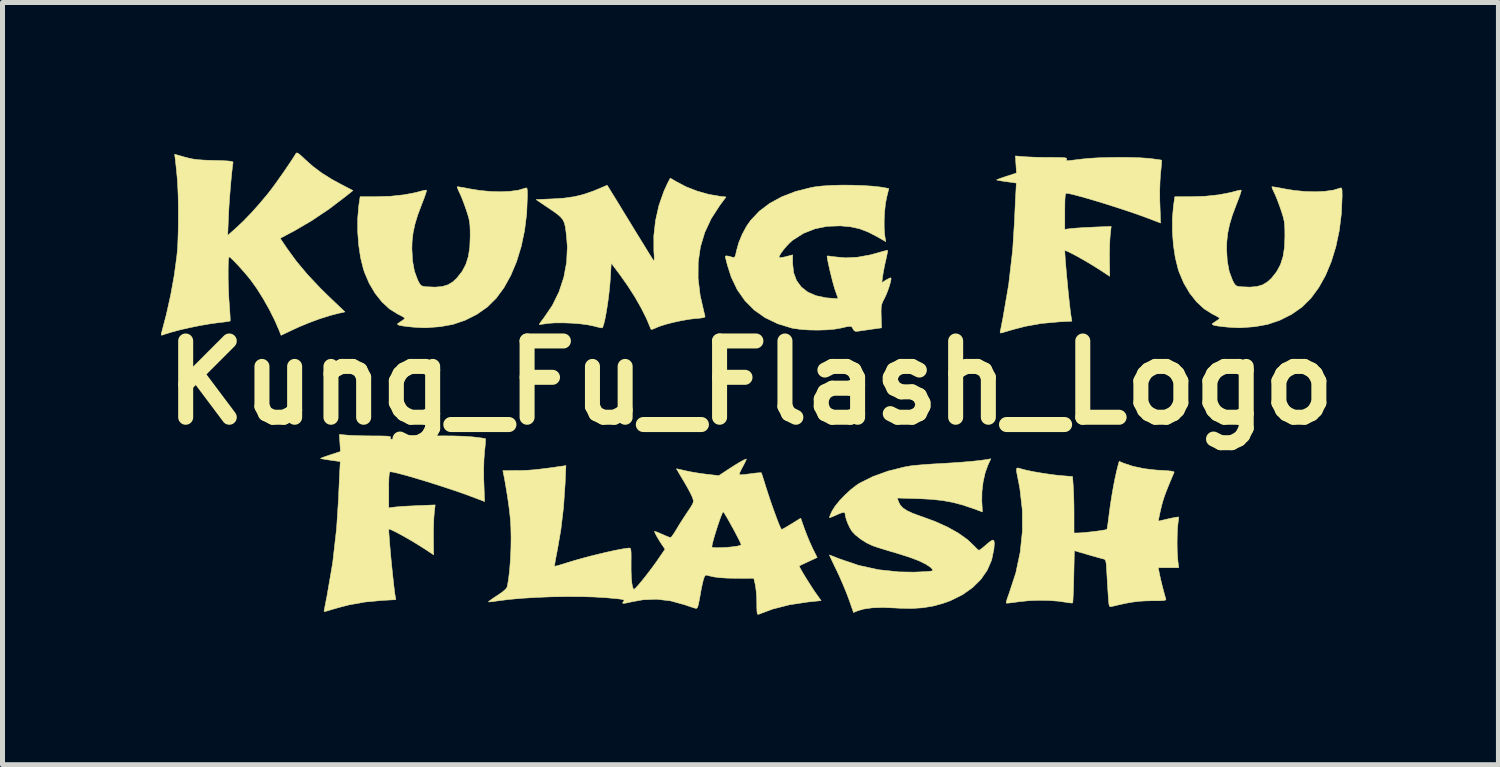
<source format=kicad_pcb>
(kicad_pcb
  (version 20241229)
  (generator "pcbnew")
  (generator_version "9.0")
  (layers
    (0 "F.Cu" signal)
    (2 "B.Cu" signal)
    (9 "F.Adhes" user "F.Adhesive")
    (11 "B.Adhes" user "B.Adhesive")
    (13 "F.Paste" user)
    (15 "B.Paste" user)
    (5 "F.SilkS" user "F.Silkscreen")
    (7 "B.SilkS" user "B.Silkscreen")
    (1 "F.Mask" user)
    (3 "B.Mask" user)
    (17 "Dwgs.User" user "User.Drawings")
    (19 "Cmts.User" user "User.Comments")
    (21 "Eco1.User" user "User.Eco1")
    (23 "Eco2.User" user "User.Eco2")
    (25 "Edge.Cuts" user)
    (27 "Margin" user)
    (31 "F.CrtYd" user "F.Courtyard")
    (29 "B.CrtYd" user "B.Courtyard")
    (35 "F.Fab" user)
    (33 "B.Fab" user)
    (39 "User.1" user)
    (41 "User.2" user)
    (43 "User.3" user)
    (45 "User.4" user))
  (footprint "Kung_Fu_Flash_Logo"
    (layer "F.Cu")
    (at 11.945 4.598)
    (property "Reference" "Kung_Fu_Flash_Logo" (at 0 0 0) (layer "F.SilkS") (effects (font (size 1.524 1.524) (thickness 0.3))))
    (attr through_hole)
    (fp_poly (pts (xy -5.835 -3.915) (xy -5.775 -3.906) (xy -5.69 -3.891) (xy -5.621 -3.877) (xy -5.408 -3.842) (xy -5.193 -3.822) (xy -4.986 -3.816) (xy -4.796 -3.826) (xy -4.632 -3.849) (xy -4.502 -3.888) (xy -4.497 -3.89) (xy -4.476 -3.894) (xy -4.464 -3.88) (xy -4.458 -3.839) (xy -4.457 -3.763) (xy -4.457 -3.734) (xy -4.471 -3.383) (xy -4.513 -3.044) (xy -4.581 -2.722) (xy -4.673 -2.421) (xy -4.789 -2.145) (xy -4.925 -1.9) (xy -5.081 -1.688) (xy -5.256 -1.515) (xy -5.261 -1.511) (xy -5.469 -1.366) (xy -5.701 -1.249) (xy -5.946 -1.166) (xy -6.191 -1.122) (xy -6.232 -1.118) (xy -6.325 -1.111) (xy -6.408 -1.105) (xy -6.462 -1.1) (xy -6.465 -1.1) (xy -6.513 -1.099) (xy -6.594 -1.102) (xy -6.692 -1.108) (xy -6.746 -1.112) (xy -6.848 -1.122) (xy -6.938 -1.134) (xy -7.002 -1.145) (xy -7.02 -1.15) (xy -7.05 -1.164) (xy -7.051 -1.178) (xy -7.018 -1.203) (xy -6.988 -1.222) (xy -6.937 -1.257) (xy -6.907 -1.283) (xy -6.904 -1.289) (xy -6.924 -1.306) (xy -6.975 -1.336) (xy -7.046 -1.372) (xy -7.049 -1.373) (xy -7.212 -1.475) (xy -7.364 -1.616) (xy -7.502 -1.79) (xy -7.62 -1.991) (xy -7.714 -2.212) (xy -7.734 -2.274) (xy -7.79 -2.5) (xy -7.828 -2.753) (xy -7.848 -3.018) (xy -7.848 -3.279) (xy -7.828 -3.52) (xy -7.825 -3.544) (xy -7.799 -3.718) (xy -7.473 -3.718) (xy -7.19 -3.727) (xy -6.928 -3.755) (xy -6.695 -3.799) (xy -6.607 -3.822) (xy -6.538 -3.841) (xy -6.488 -3.849) (xy -6.472 -3.848) (xy -6.476 -3.823) (xy -6.494 -3.764) (xy -6.524 -3.68) (xy -6.563 -3.579) (xy -6.567 -3.569) (xy -6.648 -3.354) (xy -6.705 -3.165) (xy -6.742 -2.991) (xy -6.761 -2.819) (xy -6.765 -2.679) (xy -6.752 -2.437) (xy -6.714 -2.229) (xy -6.649 -2.053) (xy -6.641 -2.037) (xy -6.606 -1.972) (xy -6.574 -1.939) (xy -6.529 -1.924) (xy -6.473 -1.918) (xy -6.299 -1.911) (xy -6.158 -1.923) (xy -6.043 -1.958) (xy -5.946 -2.017) (xy -5.869 -2.089) (xy -5.764 -2.22) (xy -5.688 -2.362) (xy -5.637 -2.522) (xy -5.608 -2.708) (xy -5.6 -2.921) (xy -5.601 -3.05) (xy -5.605 -3.146) (xy -5.614 -3.226) (xy -5.631 -3.302) (xy -5.657 -3.388) (xy -5.678 -3.452) (xy -5.717 -3.563) (xy -5.758 -3.671) (xy -5.795 -3.76) (xy -5.812 -3.795) (xy -5.841 -3.858) (xy -5.858 -3.903) (xy -5.86 -3.916) (xy -5.835 -3.915)) (stroke (width 0.01) (type solid)) (fill yes) (layer "F.SilkS"))
    (fp_poly (pts (xy 10.444 -3.915) (xy 10.504 -3.906) (xy 10.589 -3.891) (xy 10.658 -3.877) (xy 10.871 -3.842) (xy 11.086 -3.822) (xy 11.293 -3.816) (xy 11.483 -3.826) (xy 11.647 -3.849) (xy 11.777 -3.888) (xy 11.782 -3.89) (xy 11.803 -3.894) (xy 11.815 -3.88) (xy 11.821 -3.839) (xy 11.822 -3.763) (xy 11.823 -3.734) (xy 11.808 -3.383) (xy 11.766 -3.044) (xy 11.698 -2.722) (xy 11.606 -2.421) (xy 11.491 -2.145) (xy 11.354 -1.9) (xy 11.198 -1.688) (xy 11.023 -1.515) (xy 11.019 -1.511) (xy 10.81 -1.366) (xy 10.578 -1.249) (xy 10.333 -1.166) (xy 10.088 -1.122) (xy 10.047 -1.118) (xy 9.954 -1.111) (xy 9.871 -1.105) (xy 9.817 -1.1) (xy 9.814 -1.1) (xy 9.766 -1.099) (xy 9.686 -1.102) (xy 9.587 -1.108) (xy 9.533 -1.112) (xy 9.431 -1.122) (xy 9.341 -1.134) (xy 9.277 -1.145) (xy 9.259 -1.15) (xy 9.229 -1.164) (xy 9.228 -1.178) (xy 9.261 -1.203) (xy 9.291 -1.222) (xy 9.342 -1.257) (xy 9.372 -1.283) (xy 9.375 -1.289) (xy 9.355 -1.306) (xy 9.305 -1.336) (xy 9.233 -1.372) (xy 9.23 -1.373) (xy 9.068 -1.475) (xy 8.915 -1.616) (xy 8.777 -1.79) (xy 8.659 -1.991) (xy 8.565 -2.212) (xy 8.545 -2.274) (xy 8.489 -2.5) (xy 8.451 -2.753) (xy 8.431 -3.018) (xy 8.431 -3.279) (xy 8.451 -3.52) (xy 8.454 -3.544) (xy 8.48 -3.718) (xy 8.806 -3.718) (xy 9.089 -3.727) (xy 9.352 -3.755) (xy 9.584 -3.799) (xy 9.672 -3.822) (xy 9.741 -3.841) (xy 9.791 -3.849) (xy 9.807 -3.848) (xy 9.803 -3.823) (xy 9.785 -3.764) (xy 9.755 -3.68) (xy 9.716 -3.579) (xy 9.712 -3.569) (xy 9.631 -3.354) (xy 9.574 -3.165) (xy 9.537 -2.991) (xy 9.518 -2.819) (xy 9.514 -2.679) (xy 9.527 -2.437) (xy 9.565 -2.229) (xy 9.63 -2.053) (xy 9.638 -2.037) (xy 9.673 -1.972) (xy 9.705 -1.939) (xy 9.75 -1.924) (xy 9.806 -1.918) (xy 9.98 -1.911) (xy 10.121 -1.923) (xy 10.236 -1.958) (xy 10.333 -2.017) (xy 10.411 -2.089) (xy 10.515 -2.22) (xy 10.591 -2.362) (xy 10.642 -2.522) (xy 10.671 -2.708) (xy 10.679 -2.921) (xy 10.678 -3.05) (xy 10.674 -3.146) (xy 10.665 -3.226) (xy 10.648 -3.302) (xy 10.622 -3.388) (xy 10.601 -3.452) (xy 10.562 -3.563) (xy 10.521 -3.671) (xy 10.484 -3.76) (xy 10.467 -3.795) (xy 10.438 -3.858) (xy 10.421 -3.903) (xy 10.419 -3.916) (xy 10.444 -3.915)) (stroke (width 0.01) (type solid)) (fill yes) (layer "F.SilkS"))
    (fp_poly (pts (xy -1.58 -4.076) (xy -1.53 -4.047) (xy -1.481 -4.018) (xy -1.289 -3.917) (xy -1.069 -3.831) (xy -0.837 -3.765) (xy -0.619 -3.727) (xy -0.488 -3.712) (xy -0.611 -3.547) (xy -0.783 -3.282) (xy -0.913 -3.004) (xy -1 -2.713) (xy -1.044 -2.407) (xy -1.046 -2.085) (xy -1.005 -1.746) (xy -0.923 -1.389) (xy -0.911 -1.348) (xy -0.907 -1.325) (xy -0.918 -1.309) (xy -0.951 -1.299) (xy -1.016 -1.29) (xy -1.093 -1.284) (xy -1.227 -1.268) (xy -1.379 -1.241) (xy -1.535 -1.208) (xy -1.683 -1.17) (xy -1.807 -1.131) (xy -1.865 -1.108) (xy -1.933 -1.078) (xy -1.97 -1.066) (xy -1.988 -1.071) (xy -1.998 -1.093) (xy -2.002 -1.103) (xy -2.079 -1.287) (xy -2.183 -1.494) (xy -2.308 -1.713) (xy -2.449 -1.933) (xy -2.598 -2.145) (xy -2.608 -2.159) (xy -2.782 -2.39) (xy -2.798 -2.104) (xy -2.809 -1.963) (xy -2.824 -1.811) (xy -2.843 -1.657) (xy -2.865 -1.507) (xy -2.888 -1.369) (xy -2.911 -1.251) (xy -2.934 -1.161) (xy -2.954 -1.106) (xy -2.961 -1.096) (xy -2.985 -1.098) (xy -3.042 -1.11) (xy -3.121 -1.13) (xy -3.141 -1.135) (xy -3.257 -1.159) (xy -3.406 -1.178) (xy -3.571 -1.191) (xy -3.741 -1.197) (xy -3.899 -1.197) (xy -4.033 -1.188) (xy -4.076 -1.182) (xy -4.149 -1.171) (xy -4.202 -1.165) (xy -4.22 -1.165) (xy -4.21 -1.184) (xy -4.178 -1.23) (xy -4.131 -1.291) (xy -3.96 -1.542) (xy -3.825 -1.817) (xy -3.729 -2.108) (xy -3.673 -2.41) (xy -3.659 -2.715) (xy -3.671 -2.881) (xy -3.685 -3.014) (xy -3.699 -3.115) (xy -3.718 -3.193) (xy -3.747 -3.256) (xy -3.792 -3.311) (xy -3.857 -3.368) (xy -3.948 -3.433) (xy -4.07 -3.516) (xy -4.099 -3.535) (xy -4.283 -3.66) (xy -3.937 -3.675) (xy -3.716 -3.69) (xy -3.523 -3.718) (xy -3.34 -3.762) (xy -3.151 -3.826) (xy -3.022 -3.879) (xy -2.863 -3.947) (xy -2.831 -3.896) (xy -2.811 -3.864) (xy -2.771 -3.798) (xy -2.712 -3.703) (xy -2.639 -3.584) (xy -2.554 -3.444) (xy -2.46 -3.291) (xy -2.389 -3.175) (xy -2.291 -3.014) (xy -2.199 -2.865) (xy -2.117 -2.732) (xy -2.048 -2.619) (xy -1.994 -2.533) (xy -1.959 -2.477) (xy -1.947 -2.459) (xy -1.933 -2.443) (xy -1.925 -2.45) (xy -1.922 -2.486) (xy -1.925 -2.557) (xy -1.93 -2.632) (xy -1.931 -2.932) (xy -1.897 -3.239) (xy -1.83 -3.538) (xy -1.733 -3.817) (xy -1.703 -3.885) (xy -1.663 -3.971) (xy -1.629 -4.039) (xy -1.607 -4.08) (xy -1.602 -4.087) (xy -1.58 -4.076)) (stroke (width 0.01) (type solid)) (fill yes) (layer "F.SilkS"))
    (fp_poly (pts (xy -9.045 -4.588) (xy -9.005 -4.559) (xy -8.943 -4.504) (xy -8.907 -4.469) (xy -8.739 -4.32) (xy -8.562 -4.188) (xy -8.362 -4.063) (xy -8.196 -3.973) (xy -7.943 -3.841) (xy -8.087 -3.725) (xy -8.427 -3.467) (xy -8.78 -3.231) (xy -9.132 -3.026) (xy -9.176 -3.003) (xy -9.397 -2.887) (xy -9.261 -2.685) (xy -9.073 -2.427) (xy -8.852 -2.163) (xy -8.595 -1.89) (xy -8.428 -1.726) (xy -8.103 -1.416) (xy -8.237 -1.386) (xy -8.409 -1.341) (xy -8.607 -1.278) (xy -8.813 -1.202) (xy -9.012 -1.12) (xy -9.117 -1.072) (xy -9.379 -0.948) (xy -9.417 -1.045) (xy -9.503 -1.243) (xy -9.611 -1.459) (xy -9.734 -1.677) (xy -9.862 -1.881) (xy -9.984 -2.051) (xy -10.047 -2.129) (xy -10.121 -2.216) (xy -10.198 -2.303) (xy -10.273 -2.384) (xy -10.339 -2.451) (xy -10.388 -2.498) (xy -10.415 -2.517) (xy -10.416 -2.517) (xy -10.425 -2.495) (xy -10.431 -2.434) (xy -10.435 -2.342) (xy -10.436 -2.225) (xy -10.436 -2.09) (xy -10.433 -1.945) (xy -10.427 -1.797) (xy -10.42 -1.654) (xy -10.412 -1.549) (xy -10.404 -1.436) (xy -10.398 -1.34) (xy -10.395 -1.27) (xy -10.396 -1.236) (xy -10.396 -1.234) (xy -10.422 -1.228) (xy -10.483 -1.218) (xy -10.569 -1.207) (xy -10.635 -1.2) (xy -10.808 -1.176) (xy -10.999 -1.143) (xy -11.196 -1.103) (xy -11.386 -1.06) (xy -11.559 -1.014) (xy -11.702 -0.97) (xy -11.742 -0.955) (xy -11.771 -0.95) (xy -11.773 -0.974) (xy -11.768 -0.995) (xy -11.67 -1.368) (xy -11.584 -1.756) (xy -11.514 -2.143) (xy -11.464 -2.511) (xy -11.454 -2.606) (xy -11.446 -2.703) (xy -11.44 -2.836) (xy -11.435 -2.991) (xy -11.432 -3.159) (xy -11.431 -3.328) (xy -11.431 -3.356) (xy -11.432 -3.572) (xy -11.436 -3.756) (xy -11.443 -3.92) (xy -11.453 -4.08) (xy -11.469 -4.249) (xy -11.488 -4.425) (xy -11.505 -4.566) (xy -11.3 -4.508) (xy -11.211 -4.485) (xy -11.126 -4.468) (xy -11.034 -4.457) (xy -10.923 -4.449) (xy -10.782 -4.444) (xy -10.714 -4.442) (xy -10.566 -4.438) (xy -10.459 -4.433) (xy -10.388 -4.426) (xy -10.35 -4.417) (xy -10.338 -4.406) (xy -10.338 -4.405) (xy -10.351 -4.313) (xy -10.365 -4.186) (xy -10.38 -4.033) (xy -10.394 -3.866) (xy -10.408 -3.695) (xy -10.419 -3.53) (xy -10.427 -3.382) (xy -10.43 -3.33) (xy -10.445 -2.944) (xy -10.276 -3.094) (xy -10.135 -3.227) (xy -9.978 -3.389) (xy -9.815 -3.571) (xy -9.654 -3.763) (xy -9.611 -3.817) (xy -9.554 -3.892) (xy -9.482 -3.99) (xy -9.401 -4.105) (xy -9.316 -4.225) (xy -9.236 -4.343) (xy -9.165 -4.449) (xy -9.11 -4.534) (xy -9.083 -4.579) (xy -9.069 -4.593) (xy -9.045 -4.588)) (stroke (width 0.01) (type solid)) (fill yes) (layer "F.SilkS"))
    (fp_poly (pts (xy -8.04 1.048) (xy -7.952 1.053) (xy -7.832 1.057) (xy -7.694 1.061) (xy -7.554 1.062) (xy -7.522 1.062) (xy -7.388 1.063) (xy -7.293 1.065) (xy -7.233 1.069) (xy -7.2 1.076) (xy -7.188 1.087) (xy -7.19 1.097) (xy -7.196 1.112) (xy -7.197 1.123) (xy -7.185 1.128) (xy -7.153 1.127) (xy -7.095 1.121) (xy -7.005 1.11) (xy -6.893 1.096) (xy -6.74 1.081) (xy -6.554 1.07) (xy -6.348 1.064) (xy -6.135 1.061) (xy -5.926 1.063) (xy -5.733 1.069) (xy -5.57 1.08) (xy -5.52 1.085) (xy -5.425 1.096) (xy -5.349 1.107) (xy -5.303 1.115) (xy -5.294 1.118) (xy -5.293 1.143) (xy -5.296 1.204) (xy -5.304 1.291) (xy -5.313 1.377) (xy -5.325 1.534) (xy -5.33 1.721) (xy -5.329 1.923) (xy -5.326 2) (xy -5.313 2.373) (xy -5.572 2.275) (xy -5.718 2.221) (xy -5.884 2.163) (xy -6.062 2.104) (xy -6.246 2.044) (xy -6.431 1.985) (xy -6.61 1.931) (xy -6.777 1.881) (xy -6.925 1.84) (xy -7.049 1.807) (xy -7.141 1.786) (xy -7.197 1.778) (xy -7.199 1.778) (xy -7.21 1.79) (xy -7.218 1.828) (xy -7.224 1.898) (xy -7.227 2.005) (xy -7.227 2.139) (xy -7.227 2.5) (xy -7.118 2.485) (xy -7.055 2.479) (xy -6.958 2.471) (xy -6.838 2.464) (xy -6.706 2.458) (xy -6.654 2.455) (xy -6.3 2.441) (xy -6.319 2.612) (xy -6.326 2.701) (xy -6.331 2.821) (xy -6.334 2.957) (xy -6.334 3.095) (xy -6.334 3.11) (xy -6.33 3.438) (xy -6.553 3.292) (xy -6.659 3.226) (xy -6.771 3.158) (xy -6.885 3.092) (xy -6.993 3.032) (xy -7.087 2.982) (xy -7.163 2.945) (xy -7.212 2.925) (xy -7.227 2.925) (xy -7.225 2.995) (xy -7.217 3.102) (xy -7.207 3.238) (xy -7.193 3.393) (xy -7.178 3.559) (xy -7.161 3.727) (xy -7.144 3.887) (xy -7.128 4.033) (xy -7.114 4.153) (xy -7.102 4.241) (xy -7.098 4.262) (xy -7.085 4.334) (xy -7.358 4.349) (xy -7.702 4.381) (xy -8.019 4.438) (xy -8.237 4.494) (xy -8.332 4.522) (xy -8.413 4.546) (xy -8.468 4.562) (xy -8.48 4.566) (xy -8.514 4.57) (xy -8.521 4.566) (xy -8.516 4.541) (xy -8.504 4.479) (xy -8.487 4.39) (xy -8.466 4.284) (xy -8.465 4.281) (xy -8.348 3.602) (xy -8.269 2.908) (xy -8.232 2.332) (xy -8.226 2.19) (xy -8.219 2.04) (xy -8.213 1.901) (xy -8.208 1.798) (xy -8.196 1.575) (xy -8.393 1.547) (xy -8.481 1.534) (xy -8.549 1.522) (xy -8.586 1.514) (xy -8.59 1.512) (xy -8.569 1.501) (xy -8.515 1.481) (xy -8.436 1.454) (xy -8.391 1.439) (xy -8.192 1.374) (xy -8.203 1.204) (xy -8.214 1.033) (xy -8.04 1.048)) (stroke (width 0.01) (type solid)) (fill yes) (layer "F.SilkS"))
    (fp_poly (pts (xy 5.468 -4.517) (xy 5.556 -4.512) (xy 5.676 -4.507) (xy 5.814 -4.504) (xy 5.954 -4.503) (xy 5.987 -4.503) (xy 6.121 -4.502) (xy 6.215 -4.5) (xy 6.275 -4.496) (xy 6.308 -4.489) (xy 6.32 -4.478) (xy 6.319 -4.468) (xy 6.312 -4.452) (xy 6.312 -4.442) (xy 6.324 -4.437) (xy 6.355 -4.438) (xy 6.413 -4.444) (xy 6.503 -4.455) (xy 6.616 -4.469) (xy 6.769 -4.484) (xy 6.954 -4.495) (xy 7.16 -4.501) (xy 7.373 -4.504) (xy 7.582 -4.502) (xy 7.775 -4.496) (xy 7.938 -4.485) (xy 7.988 -4.48) (xy 8.083 -4.468) (xy 8.159 -4.458) (xy 8.205 -4.45) (xy 8.215 -4.447) (xy 8.216 -4.422) (xy 8.212 -4.361) (xy 8.204 -4.273) (xy 8.195 -4.188) (xy 8.184 -4.031) (xy 8.178 -3.844) (xy 8.179 -3.642) (xy 8.182 -3.564) (xy 8.195 -3.192) (xy 7.937 -3.29) (xy 7.79 -3.344) (xy 7.625 -3.402) (xy 7.447 -3.461) (xy 7.262 -3.521) (xy 7.077 -3.58) (xy 6.898 -3.634) (xy 6.732 -3.684) (xy 6.583 -3.725) (xy 6.46 -3.758) (xy 6.367 -3.779) (xy 6.311 -3.787) (xy 6.31 -3.787) (xy 6.298 -3.775) (xy 6.29 -3.737) (xy 6.284 -3.667) (xy 6.282 -3.56) (xy 6.281 -3.426) (xy 6.281 -3.065) (xy 6.39 -3.08) (xy 6.453 -3.086) (xy 6.55 -3.093) (xy 6.67 -3.101) (xy 6.802 -3.107) (xy 6.854 -3.11) (xy 7.208 -3.124) (xy 7.189 -2.953) (xy 7.182 -2.864) (xy 7.177 -2.744) (xy 7.174 -2.608) (xy 7.174 -2.47) (xy 7.174 -2.455) (xy 7.179 -2.127) (xy 6.955 -2.273) (xy 6.85 -2.339) (xy 6.737 -2.407) (xy 6.623 -2.473) (xy 6.516 -2.533) (xy 6.421 -2.583) (xy 6.346 -2.62) (xy 6.297 -2.64) (xy 6.281 -2.64) (xy 6.284 -2.57) (xy 6.291 -2.463) (xy 6.302 -2.327) (xy 6.315 -2.172) (xy 6.331 -2.006) (xy 6.347 -1.838) (xy 6.364 -1.677) (xy 6.38 -1.532) (xy 6.394 -1.411) (xy 6.407 -1.324) (xy 6.41 -1.302) (xy 6.423 -1.231) (xy 6.15 -1.216) (xy 5.806 -1.184) (xy 5.489 -1.127) (xy 5.271 -1.07) (xy 5.176 -1.043) (xy 5.095 -1.019) (xy 5.04 -1.003) (xy 5.028 -0.999) (xy 4.994 -0.994) (xy 4.988 -0.999) (xy 4.992 -1.024) (xy 5.004 -1.086) (xy 5.021 -1.175) (xy 5.043 -1.281) (xy 5.043 -1.284) (xy 5.16 -1.963) (xy 5.24 -2.657) (xy 5.276 -3.233) (xy 5.282 -3.374) (xy 5.289 -3.524) (xy 5.295 -3.664) (xy 5.301 -3.767) (xy 5.313 -3.99) (xy 5.116 -4.018) (xy 5.027 -4.031) (xy 4.959 -4.043) (xy 4.922 -4.051) (xy 4.918 -4.053) (xy 4.939 -4.063) (xy 4.993 -4.084) (xy 5.072 -4.111) (xy 5.117 -4.126) (xy 5.316 -4.191) (xy 5.305 -4.361) (xy 5.294 -4.532) (xy 5.468 -4.517)) (stroke (width 0.01) (type solid)) (fill yes) (layer "F.SilkS"))
    (fp_poly (pts (xy 4.743 1.65) (xy 4.689 1.801) (xy 4.649 1.981) (xy 4.626 2.173) (xy 4.623 2.362) (xy 4.624 2.381) (xy 4.635 2.581) (xy 4.448 2.512) (xy 4.239 2.442) (xy 4.041 2.39) (xy 3.839 2.353) (xy 3.619 2.329) (xy 3.369 2.316) (xy 3.354 2.316) (xy 2.933 2.303) (xy 2.958 2.375) (xy 2.992 2.442) (xy 3.046 2.501) (xy 3.127 2.555) (xy 3.241 2.608) (xy 3.393 2.664) (xy 3.426 2.675) (xy 3.698 2.775) (xy 3.944 2.887) (xy 4.159 3.008) (xy 4.338 3.136) (xy 4.476 3.267) (xy 4.477 3.268) (xy 4.523 3.316) (xy 4.558 3.344) (xy 4.567 3.348) (xy 4.592 3.334) (xy 4.641 3.296) (xy 4.705 3.242) (xy 4.717 3.231) (xy 4.791 3.17) (xy 4.838 3.143) (xy 4.864 3.153) (xy 4.873 3.203) (xy 4.867 3.295) (xy 4.864 3.326) (xy 4.819 3.543) (xy 4.732 3.744) (xy 4.605 3.928) (xy 4.44 4.091) (xy 4.24 4.233) (xy 4.006 4.35) (xy 3.845 4.409) (xy 3.645 4.463) (xy 3.442 4.496) (xy 3.223 4.51) (xy 2.977 4.505) (xy 2.891 4.5) (xy 2.643 4.49) (xy 2.432 4.497) (xy 2.259 4.522) (xy 2.138 4.558) (xy 2.06 4.591) (xy 1.965 4.321) (xy 1.916 4.192) (xy 1.854 4.042) (xy 1.787 3.887) (xy 1.722 3.748) (xy 1.721 3.746) (xy 1.669 3.638) (xy 1.626 3.548) (xy 1.595 3.481) (xy 1.579 3.445) (xy 1.578 3.441) (xy 1.601 3.449) (xy 1.656 3.47) (xy 1.735 3.502) (xy 1.785 3.521) (xy 2.163 3.649) (xy 2.559 3.736) (xy 2.967 3.779) (xy 3.268 3.784) (xy 3.392 3.779) (xy 3.499 3.774) (xy 3.582 3.767) (xy 3.631 3.76) (xy 3.641 3.756) (xy 3.638 3.73) (xy 3.606 3.694) (xy 3.602 3.69) (xy 3.502 3.624) (xy 3.365 3.557) (xy 3.187 3.489) (xy 2.966 3.419) (xy 2.924 3.406) (xy 2.791 3.367) (xy 2.663 3.328) (xy 2.55 3.293) (xy 2.465 3.264) (xy 2.439 3.255) (xy 2.321 3.199) (xy 2.201 3.123) (xy 2.095 3.039) (xy 2.031 2.971) (xy 1.99 2.905) (xy 1.949 2.82) (xy 1.915 2.731) (xy 1.896 2.656) (xy 1.893 2.632) (xy 1.887 2.6) (xy 1.863 2.589) (xy 1.814 2.601) (xy 1.734 2.634) (xy 1.711 2.645) (xy 1.644 2.674) (xy 1.595 2.692) (xy 1.579 2.695) (xy 1.584 2.672) (xy 1.605 2.619) (xy 1.632 2.561) (xy 1.691 2.467) (xy 1.779 2.358) (xy 1.886 2.246) (xy 2 2.14) (xy 2.113 2.051) (xy 2.182 2.006) (xy 2.449 1.873) (xy 2.749 1.765) (xy 3.072 1.684) (xy 3.187 1.663) (xy 3.259 1.654) (xy 3.366 1.644) (xy 3.499 1.633) (xy 3.645 1.623) (xy 3.775 1.616) (xy 4.008 1.602) (xy 4.224 1.587) (xy 4.416 1.571) (xy 4.577 1.554) (xy 4.7 1.537) (xy 4.728 1.533) (xy 4.803 1.519) (xy 4.743 1.65)) (stroke (width 0.01) (type solid)) (fill yes) (layer "F.SilkS"))
    (fp_poly (pts (xy 2.024 -3.948) (xy 2.234 -3.941) (xy 2.43 -3.929) (xy 2.601 -3.91) (xy 2.716 -3.89) (xy 2.765 -3.88) (xy 2.721 -3.701) (xy 2.697 -3.574) (xy 2.681 -3.42) (xy 2.672 -3.257) (xy 2.672 -3.101) (xy 2.681 -2.967) (xy 2.686 -2.928) (xy 2.704 -2.82) (xy 2.531 -2.919) (xy 2.347 -3.014) (xy 2.177 -3.078) (xy 2.004 -3.116) (xy 1.811 -3.134) (xy 1.801 -3.135) (xy 1.533 -3.126) (xy 1.287 -3.076) (xy 1.06 -2.986) (xy 0.852 -2.854) (xy 0.833 -2.84) (xy 0.774 -2.786) (xy 0.712 -2.72) (xy 0.654 -2.65) (xy 0.607 -2.585) (xy 0.577 -2.533) (xy 0.571 -2.502) (xy 0.575 -2.498) (xy 0.608 -2.5) (xy 0.669 -2.511) (xy 0.72 -2.523) (xy 0.843 -2.556) (xy 0.843 -2.38) (xy 0.863 -2.198) (xy 0.921 -2.042) (xy 1.016 -1.913) (xy 1.146 -1.811) (xy 1.309 -1.74) (xy 1.506 -1.698) (xy 1.575 -1.692) (xy 1.753 -1.679) (xy 1.693 -1.849) (xy 1.671 -1.92) (xy 1.645 -2.013) (xy 1.618 -2.12) (xy 1.59 -2.232) (xy 1.566 -2.338) (xy 1.547 -2.429) (xy 1.535 -2.497) (xy 1.532 -2.531) (xy 1.533 -2.533) (xy 1.557 -2.533) (xy 1.613 -2.526) (xy 1.676 -2.517) (xy 1.903 -2.496) (xy 2.141 -2.509) (xy 2.396 -2.555) (xy 2.594 -2.61) (xy 2.667 -2.631) (xy 2.721 -2.644) (xy 2.741 -2.646) (xy 2.74 -2.622) (xy 2.729 -2.564) (xy 2.712 -2.482) (xy 2.703 -2.445) (xy 2.679 -2.337) (xy 2.658 -2.227) (xy 2.643 -2.137) (xy 2.641 -2.126) (xy 2.625 -2.001) (xy 2.711 -2.054) (xy 2.765 -2.084) (xy 2.801 -2.097) (xy 2.807 -2.096) (xy 2.809 -2.066) (xy 2.796 -2.005) (xy 2.773 -1.924) (xy 2.742 -1.835) (xy 2.707 -1.748) (xy 2.676 -1.684) (xy 2.643 -1.62) (xy 2.623 -1.567) (xy 2.613 -1.51) (xy 2.61 -1.437) (xy 2.612 -1.332) (xy 2.612 -1.324) (xy 2.619 -1.097) (xy 2.424 -1.07) (xy 2.323 -1.055) (xy 2.23 -1.042) (xy 2.163 -1.032) (xy 2.152 -1.03) (xy 2.096 -1.028) (xy 2.065 -1.049) (xy 2.05 -1.075) (xy 2.033 -1.107) (xy 2.012 -1.124) (xy 1.975 -1.128) (xy 1.915 -1.118) (xy 1.821 -1.096) (xy 1.808 -1.093) (xy 1.68 -1.071) (xy 1.521 -1.057) (xy 1.345 -1.052) (xy 1.166 -1.055) (xy 0.999 -1.067) (xy 0.857 -1.087) (xy 0.826 -1.093) (xy 0.545 -1.179) (xy 0.295 -1.299) (xy 0.076 -1.453) (xy -0.11 -1.64) (xy -0.264 -1.86) (xy -0.384 -2.111) (xy -0.462 -2.355) (xy -0.48 -2.428) (xy -0.496 -2.488) (xy -0.5 -2.503) (xy -0.502 -2.527) (xy -0.484 -2.536) (xy -0.439 -2.53) (xy -0.359 -2.508) (xy -0.343 -2.504) (xy -0.321 -2.506) (xy -0.303 -2.534) (xy -0.287 -2.596) (xy -0.277 -2.644) (xy -0.233 -2.801) (xy -0.163 -2.97) (xy -0.075 -3.132) (xy 0.002 -3.242) (xy 0.175 -3.426) (xy 0.385 -3.585) (xy 0.63 -3.718) (xy 0.906 -3.824) (xy 1.21 -3.9) (xy 1.278 -3.913) (xy 1.427 -3.931) (xy 1.609 -3.943) (xy 1.812 -3.949) (xy 2.024 -3.948)) (stroke (width 0.01) (type solid)) (fill yes) (layer "F.SilkS"))
    (fp_poly (pts (xy 7.452 1.606) (xy 7.642 1.669) (xy 7.863 1.716) (xy 8.103 1.744) (xy 8.193 1.749) (xy 8.325 1.757) (xy 8.413 1.766) (xy 8.458 1.777) (xy 8.466 1.787) (xy 8.396 1.953) (xy 8.342 2.085) (xy 8.301 2.189) (xy 8.27 2.273) (xy 8.247 2.344) (xy 8.228 2.409) (xy 8.222 2.431) (xy 8.199 2.527) (xy 8.178 2.617) (xy 8.165 2.681) (xy 8.15 2.765) (xy 8.348 2.719) (xy 8.438 2.7) (xy 8.508 2.687) (xy 8.548 2.681) (xy 8.554 2.682) (xy 8.555 2.707) (xy 8.549 2.764) (xy 8.542 2.817) (xy 8.532 2.92) (xy 8.527 3.053) (xy 8.525 3.201) (xy 8.527 3.35) (xy 8.534 3.483) (xy 8.541 3.562) (xy 8.558 3.695) (xy 8.149 3.695) (xy 8.165 3.781) (xy 8.178 3.845) (xy 8.198 3.935) (xy 8.223 4.037) (xy 8.249 4.139) (xy 8.273 4.229) (xy 8.292 4.295) (xy 8.3 4.319) (xy 8.301 4.334) (xy 8.285 4.345) (xy 8.246 4.351) (xy 8.177 4.355) (xy 8.072 4.356) (xy 8.019 4.356) (xy 7.889 4.359) (xy 7.771 4.366) (xy 7.653 4.38) (xy 7.525 4.402) (xy 7.374 4.434) (xy 7.213 4.472) (xy 7.19 4.475) (xy 7.174 4.464) (xy 7.164 4.43) (xy 7.157 4.367) (xy 7.15 4.28) (xy 7.143 4.168) (xy 7.134 4.03) (xy 7.126 3.888) (xy 7.121 3.804) (xy 7.114 3.688) (xy 7.108 3.611) (xy 7.099 3.563) (xy 7.087 3.537) (xy 7.069 3.525) (xy 7.045 3.519) (xy 6.999 3.507) (xy 6.921 3.485) (xy 6.821 3.457) (xy 6.728 3.43) (xy 6.472 3.355) (xy 6.461 3.871) (xy 6.457 4.021) (xy 6.453 4.155) (xy 6.448 4.266) (xy 6.444 4.347) (xy 6.44 4.392) (xy 6.438 4.399) (xy 6.411 4.401) (xy 6.354 4.395) (xy 6.313 4.388) (xy 6.15 4.364) (xy 5.958 4.35) (xy 5.755 4.347) (xy 5.557 4.355) (xy 5.382 4.373) (xy 5.372 4.374) (xy 5.27 4.389) (xy 5.186 4.399) (xy 5.129 4.404) (xy 5.11 4.402) (xy 5.113 4.377) (xy 5.129 4.319) (xy 5.157 4.24) (xy 5.168 4.209) (xy 5.302 3.801) (xy 5.39 3.385) (xy 5.434 2.964) (xy 5.432 2.542) (xy 5.384 2.12) (xy 5.357 1.976) (xy 5.333 1.856) (xy 5.318 1.776) (xy 5.315 1.728) (xy 5.325 1.706) (xy 5.35 1.703) (xy 5.391 1.714) (xy 5.421 1.724) (xy 5.516 1.748) (xy 5.645 1.775) (xy 5.795 1.801) (xy 5.952 1.825) (xy 6.103 1.845) (xy 6.237 1.858) (xy 6.436 1.874) (xy 6.451 2.084) (xy 6.456 2.186) (xy 6.461 2.318) (xy 6.464 2.466) (xy 6.465 2.614) (xy 6.465 2.647) (xy 6.465 3.002) (xy 6.552 3.001) (xy 6.613 2.998) (xy 6.699 2.99) (xy 6.798 2.98) (xy 6.9 2.968) (xy 6.994 2.955) (xy 7.069 2.943) (xy 7.114 2.934) (xy 7.122 2.931) (xy 7.128 2.905) (xy 7.139 2.842) (xy 7.151 2.751) (xy 7.165 2.64) (xy 7.169 2.611) (xy 7.19 2.453) (xy 7.217 2.278) (xy 7.248 2.098) (xy 7.281 1.927) (xy 7.314 1.776) (xy 7.343 1.658) (xy 7.344 1.657) (xy 7.368 1.57) (xy 7.452 1.606)) (stroke (width 0.01) (type solid)) (fill yes) (layer "F.SilkS"))
    (fp_poly (pts (xy -0.087 1.542) (xy -0.109 1.591) (xy -0.145 1.661) (xy -0.153 1.675) (xy -0.192 1.749) (xy -0.218 1.806) (xy -0.226 1.836) (xy -0.225 1.838) (xy -0.199 1.839) (xy -0.138 1.835) (xy -0.053 1.825) (xy -0.002 1.818) (xy 0.091 1.806) (xy 0.165 1.799) (xy 0.21 1.798) (xy 0.218 1.8) (xy 0.227 1.825) (xy 0.247 1.887) (xy 0.275 1.974) (xy 0.307 2.079) (xy 0.311 2.09) (xy 0.353 2.221) (xy 0.399 2.359) (xy 0.447 2.497) (xy 0.494 2.626) (xy 0.537 2.742) (xy 0.574 2.836) (xy 0.603 2.901) (xy 0.62 2.931) (xy 0.622 2.933) (xy 0.647 2.921) (xy 0.702 2.891) (xy 0.776 2.846) (xy 0.82 2.82) (xy 1.004 2.706) (xy 1.079 2.918) (xy 1.125 3.039) (xy 1.179 3.17) (xy 1.232 3.287) (xy 1.243 3.311) (xy 1.333 3.492) (xy 1.157 3.573) (xy 1.076 3.611) (xy 1.013 3.641) (xy 0.978 3.658) (xy 0.974 3.661) (xy 0.982 3.682) (xy 1.01 3.734) (xy 1.053 3.809) (xy 1.107 3.898) (xy 1.167 3.993) (xy 1.227 4.087) (xy 1.282 4.171) (xy 1.32 4.224) (xy 1.412 4.353) (xy 1.152 4.38) (xy 0.782 4.436) (xy 0.446 4.521) (xy 0.162 4.627) (xy 0.146 4.627) (xy 0.136 4.609) (xy 0.13 4.563) (xy 0.127 4.483) (xy 0.127 4.405) (xy 0.124 4.287) (xy 0.115 4.17) (xy 0.103 4.072) (xy 0.097 4.037) (xy 0.067 3.906) (xy -0.273 3.907) (xy -0.459 3.904) (xy -0.61 3.895) (xy -0.738 3.878) (xy -0.852 3.851) (xy -0.881 3.843) (xy -0.9 3.846) (xy -0.918 3.872) (xy -0.937 3.923) (xy -0.958 4.006) (xy -0.983 4.123) (xy -1.011 4.281) (xy -1.022 4.341) (xy -1.041 4.435) (xy -1.059 4.489) (xy -1.079 4.509) (xy -1.086 4.509) (xy -1.122 4.5) (xy -1.19 4.478) (xy -1.276 4.449) (xy -1.317 4.435) (xy -1.598 4.358) (xy -1.875 4.325) (xy -2.152 4.337) (xy -2.367 4.376) (xy -2.465 4.398) (xy -2.525 4.408) (xy -2.552 4.406) (xy -2.552 4.392) (xy -2.54 4.376) (xy -2.527 4.358) (xy -2.527 4.344) (xy -2.546 4.333) (xy -2.59 4.324) (xy -2.664 4.315) (xy -2.775 4.305) (xy -2.869 4.296) (xy -3.114 4.281) (xy -3.387 4.273) (xy -3.679 4.272) (xy -3.978 4.277) (xy -4.276 4.289) (xy -4.56 4.306) (xy -4.821 4.329) (xy -5.049 4.358) (xy -5.09 4.364) (xy -5.164 4.375) (xy -5.217 4.379) (xy -5.236 4.378) (xy -5.221 4.363) (xy -5.175 4.329) (xy -5.107 4.282) (xy -5.058 4.251) (xy -4.957 4.181) (xy -4.89 4.123) (xy -4.861 4.081) (xy -4.861 4.081) (xy -4.834 3.929) (xy -4.812 3.744) (xy -4.796 3.535) (xy -4.786 3.315) (xy -4.783 3.096) (xy -4.787 2.888) (xy -4.799 2.704) (xy -4.8 2.695) (xy -4.82 2.519) (xy -4.848 2.317) (xy -4.881 2.111) (xy -4.914 1.918) (xy -4.932 1.83) (xy -4.947 1.755) (xy -4.673 1.754) (xy -4.559 1.753) (xy -4.448 1.748) (xy -4.328 1.739) (xy -4.192 1.724) (xy -4.03 1.704) (xy -3.833 1.676) (xy -3.801 1.672) (xy -3.687 1.655) (xy -3.703 2.011) (xy -3.735 2.486) (xy -3.789 2.941) (xy -3.857 3.335) (xy -3.88 3.451) (xy -3.898 3.55) (xy -3.91 3.623) (xy -3.915 3.662) (xy -3.915 3.667) (xy -3.891 3.663) (xy -3.832 3.648) (xy -3.748 3.623) (xy -3.656 3.594) (xy -3.518 3.552) (xy -3.361 3.508) (xy -3.194 3.463) (xy -3.023 3.421) (xy -2.858 3.382) (xy -2.706 3.349) (xy -2.576 3.324) (xy -2.474 3.307) (xy -2.413 3.302) (xy -2.399 3.31) (xy -2.39 3.339) (xy -2.385 3.395) (xy -2.384 3.486) (xy -2.385 3.585) (xy -2.385 3.749) (xy -2.38 3.89) (xy -2.37 4.003) (xy -2.355 4.082) (xy -2.337 4.123) (xy -2.325 4.127) (xy -2.297 4.104) (xy -2.247 4.051) (xy -2.181 3.973) (xy -2.105 3.878) (xy -2.024 3.773) (xy -1.942 3.664) (xy -1.866 3.558) (xy -1.845 3.527) (xy -1.706 3.325) (xy -1.741 3.274) (xy -0.771 3.274) (xy -0.77 3.284) (xy -0.742 3.293) (xy -0.679 3.296) (xy -0.592 3.295) (xy -0.491 3.29) (xy -0.387 3.281) (xy -0.291 3.269) (xy -0.26 3.264) (xy -0.209 3.251) (xy -0.185 3.237) (xy -0.185 3.236) (xy -0.196 3.206) (xy -0.224 3.146) (xy -0.266 3.065) (xy -0.316 2.969) (xy -0.371 2.869) (xy -0.424 2.772) (xy -0.473 2.687) (xy -0.513 2.621) (xy -0.538 2.583) (xy -0.545 2.578) (xy -0.56 2.599) (xy -0.584 2.657) (xy -0.615 2.74) (xy -0.649 2.84) (xy -0.684 2.949) (xy -0.717 3.055) (xy -0.744 3.151) (xy -0.763 3.227) (xy -0.771 3.274) (xy -1.741 3.274) (xy -1.774 3.227) (xy -1.821 3.154) (xy -1.865 3.08) (xy -1.899 3.016) (xy -1.916 2.975) (xy -1.917 2.97) (xy -1.897 2.973) (xy -1.847 2.992) (xy -1.776 3.022) (xy -1.767 3.026) (xy -1.69 3.06) (xy -1.629 3.084) (xy -1.597 3.094) (xy -1.596 3.094) (xy -1.576 3.076) (xy -1.539 3.026) (xy -1.494 2.955) (xy -1.477 2.927) (xy -1.416 2.826) (xy -1.342 2.71) (xy -1.269 2.599) (xy -1.253 2.575) (xy -1.195 2.489) (xy -1.16 2.43) (xy -1.143 2.388) (xy -1.141 2.353) (xy -1.151 2.314) (xy -1.152 2.31) (xy -1.173 2.259) (xy -1.213 2.179) (xy -1.266 2.081) (xy -1.326 1.977) (xy -1.327 1.976) (xy -1.384 1.88) (xy -1.431 1.801) (xy -1.463 1.745) (xy -1.478 1.72) (xy -1.478 1.719) (xy -1.457 1.722) (xy -1.402 1.734) (xy -1.324 1.752) (xy -1.299 1.758) (xy -1.194 1.78) (xy -1.065 1.802) (xy -0.932 1.821) (xy -0.876 1.828) (xy -0.632 1.856) (xy -0.437 1.727) (xy -0.317 1.65) (xy -0.215 1.588) (xy -0.137 1.545) (xy -0.09 1.525) (xy -0.082 1.524) (xy -0.087 1.542)) (stroke (width 0.01) (type solid)) (fill yes) (layer "F.SilkS")))
  (gr_rect
    (start -3 -3)
    (end 26.891 12.23)
    (stroke (width 0.1) (type default))
    (fill no)
    (layer "Edge.Cuts")))
</source>
